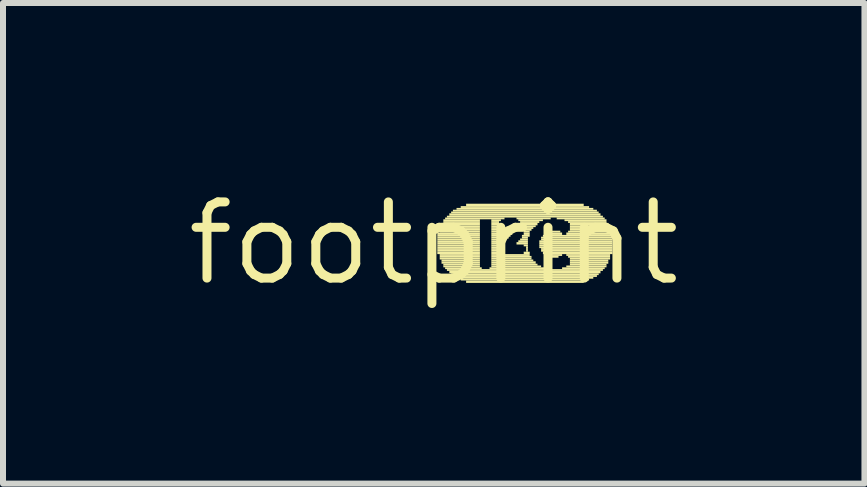
<source format=kicad_pcb>
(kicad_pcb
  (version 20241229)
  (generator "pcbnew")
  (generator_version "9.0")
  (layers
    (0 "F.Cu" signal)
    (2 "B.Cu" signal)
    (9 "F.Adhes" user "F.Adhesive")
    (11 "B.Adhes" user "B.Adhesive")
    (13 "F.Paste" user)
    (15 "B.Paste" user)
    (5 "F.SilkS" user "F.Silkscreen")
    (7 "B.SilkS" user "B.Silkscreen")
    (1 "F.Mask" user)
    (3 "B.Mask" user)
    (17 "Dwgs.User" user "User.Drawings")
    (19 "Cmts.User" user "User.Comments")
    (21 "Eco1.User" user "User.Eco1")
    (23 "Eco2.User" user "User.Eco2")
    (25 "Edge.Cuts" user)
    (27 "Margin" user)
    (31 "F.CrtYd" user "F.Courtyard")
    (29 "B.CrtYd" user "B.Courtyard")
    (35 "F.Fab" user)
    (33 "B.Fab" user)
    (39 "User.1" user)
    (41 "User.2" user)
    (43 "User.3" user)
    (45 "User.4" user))
  (footprint "footprint"
    (layer "F.Cu")
    (at 4.18 1.006)
    (property "Reference" "footprint" (at 0 0 0) (layer "F.SilkS") (effects (font (size 1.27 1.27) (thickness 0.15))))
    (fp_poly (pts (xy 0.06 -0.14) (xy 0.77 -0.14) (xy 0.77 -0.18) (xy 0.06 -0.18)) (stroke (width 0) (type solid)) (fill yes) (layer "F.SilkS"))
    (fp_poly (pts (xy 0.06 -0.11) (xy 0.77 -0.11) (xy 0.77 -0.14) (xy 0.06 -0.14)) (stroke (width 0) (type solid)) (fill yes) (layer "F.SilkS"))
    (fp_poly (pts (xy 0.06 -0.08) (xy 0.77 -0.08) (xy 0.77 -0.11) (xy 0.06 -0.11)) (stroke (width 0) (type solid)) (fill yes) (layer "F.SilkS"))
    (fp_poly (pts (xy 0.06 -0.05) (xy 0.77 -0.05) (xy 0.77 -0.08) (xy 0.06 -0.08)) (stroke (width 0) (type solid)) (fill yes) (layer "F.SilkS"))
    (fp_poly (pts (xy 0.06 -0.02) (xy 0.77 -0.02) (xy 0.77 -0.05) (xy 0.06 -0.05)) (stroke (width 0) (type solid)) (fill yes) (layer "F.SilkS"))
    (fp_poly (pts (xy 0.06 0.02) (xy 0.77 0.02) (xy 0.77 -0.02) (xy 0.06 -0.02)) (stroke (width 0) (type solid)) (fill yes) (layer "F.SilkS"))
    (fp_poly (pts (xy 0.06 0.05) (xy 0.77 0.05) (xy 0.77 0.02) (xy 0.06 0.02)) (stroke (width 0) (type solid)) (fill yes) (layer "F.SilkS"))
    (fp_poly (pts (xy 0.06 0.08) (xy 0.77 0.08) (xy 0.77 0.05) (xy 0.06 0.05)) (stroke (width 0) (type solid)) (fill yes) (layer "F.SilkS"))
    (fp_poly (pts (xy 0.06 0.11) (xy 0.77 0.11) (xy 0.77 0.08) (xy 0.06 0.08)) (stroke (width 0) (type solid)) (fill yes) (layer "F.SilkS"))
    (fp_poly (pts (xy 0.06 0.14) (xy 0.77 0.14) (xy 0.77 0.11) (xy 0.06 0.11)) (stroke (width 0) (type solid)) (fill yes) (layer "F.SilkS"))
    (fp_poly (pts (xy 0.06 0.18) (xy 0.77 0.18) (xy 0.77 0.14) (xy 0.06 0.14)) (stroke (width 0) (type solid)) (fill yes) (layer "F.SilkS"))
    (fp_poly (pts (xy 0.1 -0.24) (xy 0.77 -0.24) (xy 0.77 -0.27) (xy 0.1 -0.27)) (stroke (width 0) (type solid)) (fill yes) (layer "F.SilkS"))
    (fp_poly (pts (xy 0.1 -0.21) (xy 0.77 -0.21) (xy 0.77 -0.24) (xy 0.1 -0.24)) (stroke (width 0) (type solid)) (fill yes) (layer "F.SilkS"))
    (fp_poly (pts (xy 0.1 -0.18) (xy 0.77 -0.18) (xy 0.77 -0.21) (xy 0.1 -0.21)) (stroke (width 0) (type solid)) (fill yes) (layer "F.SilkS"))
    (fp_poly (pts (xy 0.1 0.21) (xy 0.77 0.21) (xy 0.77 0.18) (xy 0.1 0.18)) (stroke (width 0) (type solid)) (fill yes) (layer "F.SilkS"))
    (fp_poly (pts (xy 0.1 0.24) (xy 0.77 0.24) (xy 0.77 0.21) (xy 0.1 0.21)) (stroke (width 0) (type solid)) (fill yes) (layer "F.SilkS"))
    (fp_poly (pts (xy 0.1 0.27) (xy 0.77 0.27) (xy 0.77 0.24) (xy 0.1 0.24)) (stroke (width 0) (type solid)) (fill yes) (layer "F.SilkS"))
    (fp_poly (pts (xy 0.13 -0.3) (xy 0.77 -0.3) (xy 0.77 -0.34) (xy 0.13 -0.34)) (stroke (width 0) (type solid)) (fill yes) (layer "F.SilkS"))
    (fp_poly (pts (xy 0.13 -0.27) (xy 0.77 -0.27) (xy 0.77 -0.3) (xy 0.13 -0.3)) (stroke (width 0) (type solid)) (fill yes) (layer "F.SilkS"))
    (fp_poly (pts (xy 0.13 0.3) (xy 0.77 0.3) (xy 0.77 0.27) (xy 0.13 0.27)) (stroke (width 0) (type solid)) (fill yes) (layer "F.SilkS"))
    (fp_poly (pts (xy 0.13 0.34) (xy 0.77 0.34) (xy 0.77 0.3) (xy 0.13 0.3)) (stroke (width 0) (type solid)) (fill yes) (layer "F.SilkS"))
    (fp_poly (pts (xy 0.16 -0.37) (xy 0.77 -0.37) (xy 0.77 -0.4) (xy 0.16 -0.4)) (stroke (width 0) (type solid)) (fill yes) (layer "F.SilkS"))
    (fp_poly (pts (xy 0.16 -0.34) (xy 0.77 -0.34) (xy 0.77 -0.37) (xy 0.16 -0.37)) (stroke (width 0) (type solid)) (fill yes) (layer "F.SilkS"))
    (fp_poly (pts (xy 0.16 0.37) (xy 0.77 0.37) (xy 0.77 0.34) (xy 0.16 0.34)) (stroke (width 0) (type solid)) (fill yes) (layer "F.SilkS"))
    (fp_poly (pts (xy 0.16 0.4) (xy 0.77 0.4) (xy 0.77 0.37) (xy 0.16 0.37)) (stroke (width 0) (type solid)) (fill yes) (layer "F.SilkS"))
    (fp_poly (pts (xy 0.19 -0.4) (xy 1.18 -0.4) (xy 1.18 -0.43) (xy 0.19 -0.43)) (stroke (width 0) (type solid)) (fill yes) (layer "F.SilkS"))
    (fp_poly (pts (xy 0.19 0.43) (xy 0.8 0.43) (xy 0.8 0.4) (xy 0.19 0.4)) (stroke (width 0) (type solid)) (fill yes) (layer "F.SilkS"))
    (fp_poly (pts (xy 0.22 -0.43) (xy 2.82 -0.43) (xy 2.82 -0.46) (xy 0.22 -0.46)) (stroke (width 0) (type solid)) (fill yes) (layer "F.SilkS"))
    (fp_poly (pts (xy 0.22 0.46) (xy 2.82 0.46) (xy 2.82 0.43) (xy 0.22 0.43)) (stroke (width 0) (type solid)) (fill yes) (layer "F.SilkS"))
    (fp_poly (pts (xy 0.26 -0.46) (xy 2.78 -0.46) (xy 2.78 -0.5) (xy 0.26 -0.5)) (stroke (width 0) (type solid)) (fill yes) (layer "F.SilkS"))
    (fp_poly (pts (xy 0.26 0.5) (xy 2.78 0.5) (xy 2.78 0.46) (xy 0.26 0.46)) (stroke (width 0) (type solid)) (fill yes) (layer "F.SilkS"))
    (fp_poly (pts (xy 0.29 -0.5) (xy 2.75 -0.5) (xy 2.75 -0.53) (xy 0.29 -0.53)) (stroke (width 0) (type solid)) (fill yes) (layer "F.SilkS"))
    (fp_poly (pts (xy 0.29 0.53) (xy 2.75 0.53) (xy 2.75 0.5) (xy 0.29 0.5)) (stroke (width 0) (type solid)) (fill yes) (layer "F.SilkS"))
    (fp_poly (pts (xy 0.32 -0.53) (xy 2.72 -0.53) (xy 2.72 -0.56) (xy 0.32 -0.56)) (stroke (width 0) (type solid)) (fill yes) (layer "F.SilkS"))
    (fp_poly (pts (xy 0.32 0.56) (xy 2.72 0.56) (xy 2.72 0.53) (xy 0.32 0.53)) (stroke (width 0) (type solid)) (fill yes) (layer "F.SilkS"))
    (fp_poly (pts (xy 0.38 -0.56) (xy 2.66 -0.56) (xy 2.66 -0.59) (xy 0.38 -0.59)) (stroke (width 0) (type solid)) (fill yes) (layer "F.SilkS"))
    (fp_poly (pts (xy 0.38 0.59) (xy 2.66 0.59) (xy 2.66 0.56) (xy 0.38 0.56)) (stroke (width 0) (type solid)) (fill yes) (layer "F.SilkS"))
    (fp_poly (pts (xy 0.45 -0.59) (xy 2.59 -0.59) (xy 2.59 -0.62) (xy 0.45 -0.62)) (stroke (width 0) (type solid)) (fill yes) (layer "F.SilkS"))
    (fp_poly (pts (xy 0.45 0.62) (xy 2.59 0.62) (xy 2.59 0.59) (xy 0.45 0.59)) (stroke (width 0) (type solid)) (fill yes) (layer "F.SilkS"))
    (fp_poly (pts (xy 0.54 -0.62) (xy 2.5 -0.62) (xy 2.5 -0.66) (xy 0.54 -0.66)) (stroke (width 0) (type solid)) (fill yes) (layer "F.SilkS"))
    (fp_poly (pts (xy 0.54 0.66) (xy 2.5 0.66) (xy 2.5 0.62) (xy 0.54 0.62)) (stroke (width 0) (type solid)) (fill yes) (layer "F.SilkS"))
    (fp_poly (pts (xy 0.93 0.43) (xy 1.86 0.43) (xy 1.86 0.4) (xy 0.93 0.4)) (stroke (width 0) (type solid)) (fill yes) (layer "F.SilkS"))
    (fp_poly (pts (xy 0.96 -0.37) (xy 1.12 -0.37) (xy 1.12 -0.4) (xy 0.96 -0.4)) (stroke (width 0) (type solid)) (fill yes) (layer "F.SilkS"))
    (fp_poly (pts (xy 0.96 -0.34) (xy 1.09 -0.34) (xy 1.09 -0.37) (xy 0.96 -0.37)) (stroke (width 0) (type solid)) (fill yes) (layer "F.SilkS"))
    (fp_poly (pts (xy 0.96 -0.3) (xy 1.09 -0.3) (xy 1.09 -0.34) (xy 0.96 -0.34)) (stroke (width 0) (type solid)) (fill yes) (layer "F.SilkS"))
    (fp_poly (pts (xy 0.96 -0.27) (xy 1.06 -0.27) (xy 1.06 -0.3) (xy 0.96 -0.3)) (stroke (width 0) (type solid)) (fill yes) (layer "F.SilkS"))
    (fp_poly (pts (xy 0.96 -0.24) (xy 1.06 -0.24) (xy 1.06 -0.27) (xy 0.96 -0.27)) (stroke (width 0) (type solid)) (fill yes) (layer "F.SilkS"))
    (fp_poly (pts (xy 0.96 -0.21) (xy 1.06 -0.21) (xy 1.06 -0.24) (xy 0.96 -0.24)) (stroke (width 0) (type solid)) (fill yes) (layer "F.SilkS"))
    (fp_poly (pts (xy 0.96 -0.18) (xy 1.06 -0.18) (xy 1.06 -0.21) (xy 0.96 -0.21)) (stroke (width 0) (type solid)) (fill yes) (layer "F.SilkS"))
    (fp_poly (pts (xy 0.96 -0.14) (xy 1.06 -0.14) (xy 1.06 -0.18) (xy 0.96 -0.18)) (stroke (width 0) (type solid)) (fill yes) (layer "F.SilkS"))
    (fp_poly (pts (xy 0.96 -0.11) (xy 1.09 -0.11) (xy 1.09 -0.14) (xy 0.96 -0.14)) (stroke (width 0) (type solid)) (fill yes) (layer "F.SilkS"))
    (fp_poly (pts (xy 0.96 -0.08) (xy 1.25 -0.08) (xy 1.25 -0.11) (xy 0.96 -0.11)) (stroke (width 0) (type solid)) (fill yes) (layer "F.SilkS"))
    (fp_poly (pts (xy 0.96 -0.05) (xy 1.18 -0.05) (xy 1.18 -0.08) (xy 0.96 -0.08)) (stroke (width 0) (type solid)) (fill yes) (layer "F.SilkS"))
    (fp_poly (pts (xy 0.96 -0.02) (xy 1.12 -0.02) (xy 1.12 -0.05) (xy 0.96 -0.05)) (stroke (width 0) (type solid)) (fill yes) (layer "F.SilkS"))
    (fp_poly (pts (xy 0.96 0.02) (xy 1.09 0.02) (xy 1.09 -0.02) (xy 0.96 -0.02)) (stroke (width 0) (type solid)) (fill yes) (layer "F.SilkS"))
    (fp_poly (pts (xy 0.96 0.05) (xy 1.06 0.05) (xy 1.06 0.02) (xy 0.96 0.02)) (stroke (width 0) (type solid)) (fill yes) (layer "F.SilkS"))
    (fp_poly (pts (xy 0.96 0.08) (xy 1.06 0.08) (xy 1.06 0.05) (xy 0.96 0.05)) (stroke (width 0) (type solid)) (fill yes) (layer "F.SilkS"))
    (fp_poly (pts (xy 0.96 0.11) (xy 1.06 0.11) (xy 1.06 0.08) (xy 0.96 0.08)) (stroke (width 0) (type solid)) (fill yes) (layer "F.SilkS"))
    (fp_poly (pts (xy 0.96 0.14) (xy 1.06 0.14) (xy 1.06 0.11) (xy 0.96 0.11)) (stroke (width 0) (type solid)) (fill yes) (layer "F.SilkS"))
    (fp_poly (pts (xy 0.96 0.18) (xy 1.09 0.18) (xy 1.09 0.14) (xy 0.96 0.14)) (stroke (width 0) (type solid)) (fill yes) (layer "F.SilkS"))
    (fp_poly (pts (xy 0.96 0.21) (xy 1.6 0.21) (xy 1.6 0.18) (xy 0.96 0.18)) (stroke (width 0) (type solid)) (fill yes) (layer "F.SilkS"))
    (fp_poly (pts (xy 0.96 0.24) (xy 1.63 0.24) (xy 1.63 0.21) (xy 0.96 0.21)) (stroke (width 0) (type solid)) (fill yes) (layer "F.SilkS"))
    (fp_poly (pts (xy 0.96 0.27) (xy 1.63 0.27) (xy 1.63 0.24) (xy 0.96 0.24)) (stroke (width 0) (type solid)) (fill yes) (layer "F.SilkS"))
    (fp_poly (pts (xy 0.96 0.3) (xy 1.66 0.3) (xy 1.66 0.27) (xy 0.96 0.27)) (stroke (width 0) (type solid)) (fill yes) (layer "F.SilkS"))
    (fp_poly (pts (xy 0.96 0.34) (xy 1.7 0.34) (xy 1.7 0.3) (xy 0.96 0.3)) (stroke (width 0) (type solid)) (fill yes) (layer "F.SilkS"))
    (fp_poly (pts (xy 0.96 0.37) (xy 1.73 0.37) (xy 1.73 0.34) (xy 0.96 0.34)) (stroke (width 0) (type solid)) (fill yes) (layer "F.SilkS"))
    (fp_poly (pts (xy 0.96 0.4) (xy 1.79 0.4) (xy 1.79 0.37) (xy 0.96 0.37)) (stroke (width 0) (type solid)) (fill yes) (layer "F.SilkS"))
    (fp_poly (pts (xy 1.15 -0.11) (xy 1.28 -0.11) (xy 1.28 -0.14) (xy 1.15 -0.14)) (stroke (width 0) (type solid)) (fill yes) (layer "F.SilkS"))
    (fp_poly (pts (xy 1.22 -0.21) (xy 1.34 -0.21) (xy 1.34 -0.24) (xy 1.22 -0.24)) (stroke (width 0) (type solid)) (fill yes) (layer "F.SilkS"))
    (fp_poly (pts (xy 1.22 -0.18) (xy 1.34 -0.18) (xy 1.34 -0.21) (xy 1.22 -0.21)) (stroke (width 0) (type solid)) (fill yes) (layer "F.SilkS"))
    (fp_poly (pts (xy 1.22 -0.14) (xy 1.31 -0.14) (xy 1.31 -0.18) (xy 1.22 -0.18)) (stroke (width 0) (type solid)) (fill yes) (layer "F.SilkS"))
    (fp_poly (pts (xy 1.25 -0.24) (xy 1.31 -0.24) (xy 1.31 -0.27) (xy 1.25 -0.27)) (stroke (width 0) (type solid)) (fill yes) (layer "F.SilkS"))
    (fp_poly (pts (xy 1.38 -0.4) (xy 1.95 -0.4) (xy 1.95 -0.43) (xy 1.38 -0.43)) (stroke (width 0) (type solid)) (fill yes) (layer "F.SilkS"))
    (fp_poly (pts (xy 1.38 0.02) (xy 1.57 0.02) (xy 1.57 -0.02) (xy 1.38 -0.02)) (stroke (width 0) (type solid)) (fill yes) (layer "F.SilkS"))
    (fp_poly (pts (xy 1.41 -0.37) (xy 1.82 -0.37) (xy 1.82 -0.4) (xy 1.41 -0.4)) (stroke (width 0) (type solid)) (fill yes) (layer "F.SilkS"))
    (fp_poly (pts (xy 1.41 -0.02) (xy 1.57 -0.02) (xy 1.57 -0.05) (xy 1.41 -0.05)) (stroke (width 0) (type solid)) (fill yes) (layer "F.SilkS"))
    (fp_poly (pts (xy 1.44 -0.34) (xy 1.76 -0.34) (xy 1.76 -0.37) (xy 1.44 -0.37)) (stroke (width 0) (type solid)) (fill yes) (layer "F.SilkS"))
    (fp_poly (pts (xy 1.44 -0.05) (xy 1.57 -0.05) (xy 1.57 -0.08) (xy 1.44 -0.08)) (stroke (width 0) (type solid)) (fill yes) (layer "F.SilkS"))
    (fp_poly (pts (xy 1.47 -0.3) (xy 1.73 -0.3) (xy 1.73 -0.34) (xy 1.47 -0.34)) (stroke (width 0) (type solid)) (fill yes) (layer "F.SilkS"))
    (fp_poly (pts (xy 1.47 -0.27) (xy 1.7 -0.27) (xy 1.7 -0.3) (xy 1.47 -0.3)) (stroke (width 0) (type solid)) (fill yes) (layer "F.SilkS"))
    (fp_poly (pts (xy 1.47 -0.11) (xy 1.6 -0.11) (xy 1.6 -0.14) (xy 1.47 -0.14)) (stroke (width 0) (type solid)) (fill yes) (layer "F.SilkS"))
    (fp_poly (pts (xy 1.47 -0.08) (xy 1.57 -0.08) (xy 1.57 -0.11) (xy 1.47 -0.11)) (stroke (width 0) (type solid)) (fill yes) (layer "F.SilkS"))
    (fp_poly (pts (xy 1.5 -0.24) (xy 1.66 -0.24) (xy 1.66 -0.27) (xy 1.5 -0.27)) (stroke (width 0) (type solid)) (fill yes) (layer "F.SilkS"))
    (fp_poly (pts (xy 1.5 -0.21) (xy 1.63 -0.21) (xy 1.63 -0.24) (xy 1.5 -0.24)) (stroke (width 0) (type solid)) (fill yes) (layer "F.SilkS"))
    (fp_poly (pts (xy 1.5 -0.18) (xy 1.6 -0.18) (xy 1.6 -0.21) (xy 1.5 -0.21)) (stroke (width 0) (type solid)) (fill yes) (layer "F.SilkS"))
    (fp_poly (pts (xy 1.5 -0.14) (xy 1.6 -0.14) (xy 1.6 -0.18) (xy 1.5 -0.18)) (stroke (width 0) (type solid)) (fill yes) (layer "F.SilkS"))
    (fp_poly (pts (xy 1.5 0.05) (xy 1.57 0.05) (xy 1.57 0.02) (xy 1.5 0.02)) (stroke (width 0) (type solid)) (fill yes) (layer "F.SilkS"))
    (fp_poly (pts (xy 1.5 0.18) (xy 1.6 0.18) (xy 1.6 0.14) (xy 1.5 0.14)) (stroke (width 0) (type solid)) (fill yes) (layer "F.SilkS"))
    (fp_poly (pts (xy 1.54 0.08) (xy 1.57 0.08) (xy 1.57 0.05) (xy 1.54 0.05)) (stroke (width 0) (type solid)) (fill yes) (layer "F.SilkS"))
    (fp_poly (pts (xy 1.54 0.11) (xy 1.57 0.11) (xy 1.57 0.08) (xy 1.54 0.08)) (stroke (width 0) (type solid)) (fill yes) (layer "F.SilkS"))
    (fp_poly (pts (xy 1.54 0.14) (xy 1.57 0.14) (xy 1.57 0.11) (xy 1.54 0.11)) (stroke (width 0) (type solid)) (fill yes) (layer "F.SilkS"))
    (fp_poly (pts (xy 1.76 -0.02) (xy 2.98 -0.02) (xy 2.98 -0.05) (xy 1.76 -0.05)) (stroke (width 0) (type solid)) (fill yes) (layer "F.SilkS"))
    (fp_poly (pts (xy 1.76 0.02) (xy 2.98 0.02) (xy 2.98 -0.02) (xy 1.76 -0.02)) (stroke (width 0) (type solid)) (fill yes) (layer "F.SilkS"))
    (fp_poly (pts (xy 1.76 0.05) (xy 2.98 0.05) (xy 2.98 0.02) (xy 1.76 0.02)) (stroke (width 0) (type solid)) (fill yes) (layer "F.SilkS"))
    (fp_poly (pts (xy 1.76 0.08) (xy 2.98 0.08) (xy 2.98 0.05) (xy 1.76 0.05)) (stroke (width 0) (type solid)) (fill yes) (layer "F.SilkS"))
    (fp_poly (pts (xy 1.79 -0.08) (xy 2.98 -0.08) (xy 2.98 -0.11) (xy 1.79 -0.11)) (stroke (width 0) (type solid)) (fill yes) (layer "F.SilkS"))
    (fp_poly (pts (xy 1.79 -0.05) (xy 2.98 -0.05) (xy 2.98 -0.08) (xy 1.79 -0.08)) (stroke (width 0) (type solid)) (fill yes) (layer "F.SilkS"))
    (fp_poly (pts (xy 1.79 0.11) (xy 2.98 0.11) (xy 2.98 0.08) (xy 1.79 0.08)) (stroke (width 0) (type solid)) (fill yes) (layer "F.SilkS"))
    (fp_poly (pts (xy 1.79 0.14) (xy 2.98 0.14) (xy 2.98 0.11) (xy 1.79 0.11)) (stroke (width 0) (type solid)) (fill yes) (layer "F.SilkS"))
    (fp_poly (pts (xy 1.82 -0.11) (xy 2.98 -0.11) (xy 2.98 -0.14) (xy 1.82 -0.14)) (stroke (width 0) (type solid)) (fill yes) (layer "F.SilkS"))
    (fp_poly (pts (xy 1.82 0.18) (xy 2.98 0.18) (xy 2.98 0.14) (xy 1.82 0.14)) (stroke (width 0) (type solid)) (fill yes) (layer "F.SilkS"))
    (fp_poly (pts (xy 1.86 -0.14) (xy 2.14 -0.14) (xy 2.14 -0.18) (xy 1.86 -0.18)) (stroke (width 0) (type solid)) (fill yes) (layer "F.SilkS"))
    (fp_poly (pts (xy 1.86 0.21) (xy 2.14 0.21) (xy 2.14 0.18) (xy 1.86 0.18)) (stroke (width 0) (type solid)) (fill yes) (layer "F.SilkS"))
    (fp_poly (pts (xy 1.89 -0.18) (xy 2.11 -0.18) (xy 2.11 -0.21) (xy 1.89 -0.21)) (stroke (width 0) (type solid)) (fill yes) (layer "F.SilkS"))
    (fp_poly (pts (xy 1.92 0.24) (xy 2.08 0.24) (xy 2.08 0.21) (xy 1.92 0.21)) (stroke (width 0) (type solid)) (fill yes) (layer "F.SilkS"))
    (fp_poly (pts (xy 2.05 -0.4) (xy 2.85 -0.4) (xy 2.85 -0.43) (xy 2.05 -0.43)) (stroke (width 0) (type solid)) (fill yes) (layer "F.SilkS"))
    (fp_poly (pts (xy 2.14 0.43) (xy 2.85 0.43) (xy 2.85 0.4) (xy 2.14 0.4)) (stroke (width 0) (type solid)) (fill yes) (layer "F.SilkS"))
    (fp_poly (pts (xy 2.18 -0.37) (xy 2.88 -0.37) (xy 2.88 -0.4) (xy 2.18 -0.4)) (stroke (width 0) (type solid)) (fill yes) (layer "F.SilkS"))
    (fp_poly (pts (xy 2.21 -0.14) (xy 2.98 -0.14) (xy 2.98 -0.18) (xy 2.21 -0.18)) (stroke (width 0) (type solid)) (fill yes) (layer "F.SilkS"))
    (fp_poly (pts (xy 2.21 0.21) (xy 2.94 0.21) (xy 2.94 0.18) (xy 2.21 0.18)) (stroke (width 0) (type solid)) (fill yes) (layer "F.SilkS"))
    (fp_poly (pts (xy 2.21 0.4) (xy 2.88 0.4) (xy 2.88 0.37) (xy 2.21 0.37)) (stroke (width 0) (type solid)) (fill yes) (layer "F.SilkS"))
    (fp_poly (pts (xy 2.24 -0.34) (xy 2.88 -0.34) (xy 2.88 -0.37) (xy 2.24 -0.37)) (stroke (width 0) (type solid)) (fill yes) (layer "F.SilkS"))
    (fp_poly (pts (xy 2.24 -0.18) (xy 2.94 -0.18) (xy 2.94 -0.21) (xy 2.24 -0.21)) (stroke (width 0) (type solid)) (fill yes) (layer "F.SilkS"))
    (fp_poly (pts (xy 2.24 0.24) (xy 2.94 0.24) (xy 2.94 0.21) (xy 2.24 0.21)) (stroke (width 0) (type solid)) (fill yes) (layer "F.SilkS"))
    (fp_poly (pts (xy 2.27 -0.3) (xy 2.91 -0.3) (xy 2.91 -0.34) (xy 2.27 -0.34)) (stroke (width 0) (type solid)) (fill yes) (layer "F.SilkS"))
    (fp_poly (pts (xy 2.27 -0.27) (xy 2.91 -0.27) (xy 2.91 -0.3) (xy 2.27 -0.3)) (stroke (width 0) (type solid)) (fill yes) (layer "F.SilkS"))
    (fp_poly (pts (xy 2.27 -0.24) (xy 2.94 -0.24) (xy 2.94 -0.27) (xy 2.27 -0.27)) (stroke (width 0) (type solid)) (fill yes) (layer "F.SilkS"))
    (fp_poly (pts (xy 2.27 -0.21) (xy 2.94 -0.21) (xy 2.94 -0.24) (xy 2.27 -0.24)) (stroke (width 0) (type solid)) (fill yes) (layer "F.SilkS"))
    (fp_poly (pts (xy 2.27 0.27) (xy 2.94 0.27) (xy 2.94 0.24) (xy 2.27 0.24)) (stroke (width 0) (type solid)) (fill yes) (layer "F.SilkS"))
    (fp_poly (pts (xy 2.27 0.3) (xy 2.91 0.3) (xy 2.91 0.27) (xy 2.27 0.27)) (stroke (width 0) (type solid)) (fill yes) (layer "F.SilkS"))
    (fp_poly (pts (xy 2.27 0.34) (xy 2.91 0.34) (xy 2.91 0.3) (xy 2.27 0.3)) (stroke (width 0) (type solid)) (fill yes) (layer "F.SilkS"))
    (fp_poly (pts (xy 2.27 0.37) (xy 2.88 0.37) (xy 2.88 0.34) (xy 2.27 0.34)) (stroke (width 0) (type solid)) (fill yes) (layer "F.SilkS")))
  (gr_rect
    (start -3 -3)
    (end 11.36 5.012)
    (stroke (width 0.1) (type default))
    (fill no)
    (layer "Edge.Cuts")))
</source>
